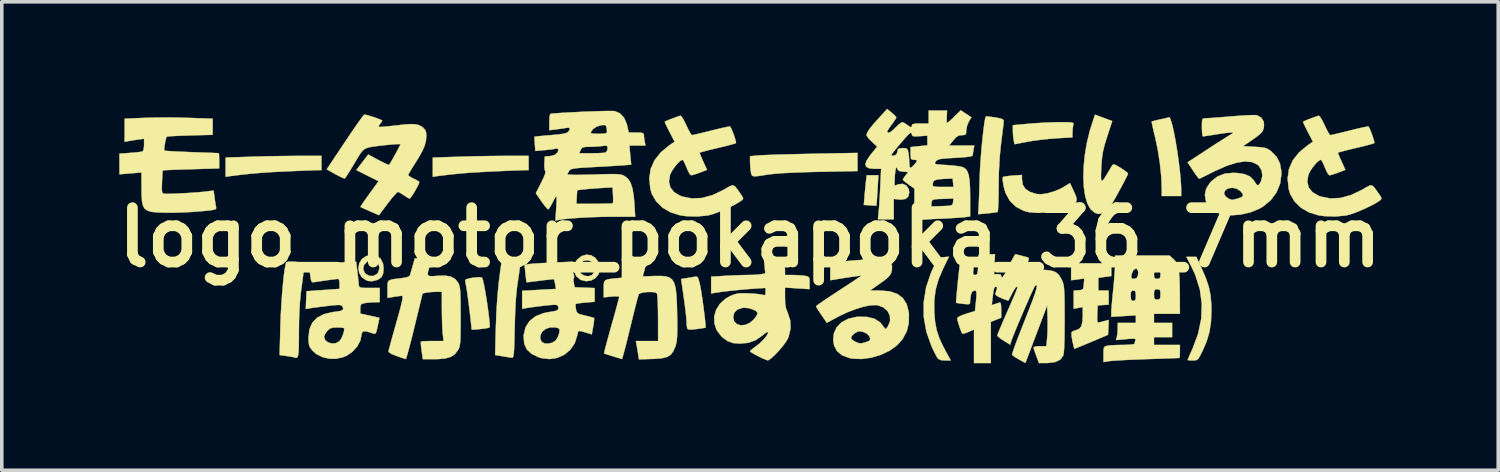
<source format=kicad_pcb>
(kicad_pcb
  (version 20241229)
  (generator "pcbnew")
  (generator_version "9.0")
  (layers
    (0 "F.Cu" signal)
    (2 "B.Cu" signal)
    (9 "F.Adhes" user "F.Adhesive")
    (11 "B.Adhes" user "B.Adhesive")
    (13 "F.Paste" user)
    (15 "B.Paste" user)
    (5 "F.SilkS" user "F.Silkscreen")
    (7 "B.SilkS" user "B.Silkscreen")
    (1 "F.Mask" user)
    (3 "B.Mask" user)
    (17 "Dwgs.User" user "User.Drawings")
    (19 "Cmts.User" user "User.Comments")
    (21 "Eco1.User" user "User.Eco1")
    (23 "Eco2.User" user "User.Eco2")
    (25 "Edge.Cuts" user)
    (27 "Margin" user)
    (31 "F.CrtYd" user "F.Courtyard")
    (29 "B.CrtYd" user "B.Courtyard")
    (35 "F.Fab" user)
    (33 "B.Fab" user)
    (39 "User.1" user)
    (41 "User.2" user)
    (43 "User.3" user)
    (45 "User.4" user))
  (footprint "logo_motor_pokapoka_36_7mm"
    (layer "F.Cu")
    (at 17.969 3.604)
    (property "Reference" "logo_motor_pokapoka_36_7mm" (at 0 0 0) (layer "F.SilkS") (effects (font (size 1.524 1.524) (thickness 0.3))))
    (attr through_hole)
    (fp_poly (pts (xy 3.572 -1.315) (xy 3.562 -1.149) (xy 3.553 -1.013) (xy 3.546 -0.922) (xy 3.542 -0.889) (xy 3.507 -0.891) (xy 3.422 -0.896) (xy 3.364 -0.9) (xy 3.189 -0.911) (xy 3.211 -1.172) (xy 3.225 -1.33) (xy 3.24 -1.483) (xy 3.251 -1.587) (xy 3.27 -1.742) (xy 3.598 -1.742) (xy 3.572 -1.315)) (stroke (width 0.01) (type solid)) (fill yes) (layer "F.SilkS"))
    (fp_poly (pts (xy -12.011 -1.887) (xy -12.129 -1.886) (xy -12.2 -1.884) (xy -12.331 -1.879) (xy -12.509 -1.872) (xy -12.719 -1.863) (xy -12.95 -1.853) (xy -12.994 -1.851) (xy -13.365 -1.833) (xy -13.685 -1.812) (xy -13.976 -1.787) (xy -14.26 -1.757) (xy -14.542 -1.722) (xy -14.696 -1.701) (xy -14.696 -2.238) (xy -13.982 -2.262) (xy -13.703 -2.27) (xy -13.392 -2.277) (xy -13.079 -2.282) (xy -12.792 -2.285) (xy -12.64 -2.286) (xy -12.011 -2.286) (xy -12.011 -1.887)) (stroke (width 0.01) (type solid)) (fill yes) (layer "F.SilkS"))
    (fp_poly (pts (xy -6.205 -1.887) (xy -6.323 -1.886) (xy -6.394 -1.884) (xy -6.525 -1.879) (xy -6.703 -1.872) (xy -6.914 -1.863) (xy -7.146 -1.852) (xy -7.203 -1.85) (xy -7.564 -1.831) (xy -7.872 -1.812) (xy -8.148 -1.789) (xy -8.412 -1.762) (xy -8.683 -1.729) (xy -8.736 -1.722) (xy -8.89 -1.701) (xy -8.89 -2.238) (xy -8.155 -2.262) (xy -7.876 -2.27) (xy -7.57 -2.277) (xy -7.264 -2.282) (xy -6.984 -2.285) (xy -6.813 -2.286) (xy -6.205 -2.286) (xy -6.205 -1.887)) (stroke (width 0.01) (type solid)) (fill yes) (layer "F.SilkS"))
    (fp_poly (pts (xy 11.792 -3.285) (xy 11.834 -3.149) (xy 11.878 -2.956) (xy 11.923 -2.721) (xy 11.966 -2.459) (xy 12.006 -2.186) (xy 12.04 -1.916) (xy 12.065 -1.666) (xy 12.08 -1.45) (xy 12.083 -1.336) (xy 12.083 -1.161) (xy 11.539 -1.161) (xy 11.539 -1.37) (xy 11.525 -1.707) (xy 11.486 -2.081) (xy 11.426 -2.463) (xy 11.357 -2.791) (xy 11.316 -2.96) (xy 11.284 -3.102) (xy 11.263 -3.202) (xy 11.257 -3.247) (xy 11.257 -3.249) (xy 11.294 -3.26) (xy 11.384 -3.283) (xy 11.507 -3.311) (xy 11.514 -3.313) (xy 11.761 -3.368) (xy 11.792 -3.285)) (stroke (width 0.01) (type solid)) (fill yes) (layer "F.SilkS"))
    (fp_poly (pts (xy 3.012 -1.86) (xy 1.932 -1.839) (xy 1.544 -1.829) (xy 1.201 -1.816) (xy 0.91 -1.801) (xy 0.678 -1.783) (xy 0.511 -1.763) (xy 0.508 -1.763) (xy 0.319 -1.733) (xy 0.191 -1.716) (xy 0.109 -1.713) (xy 0.063 -1.727) (xy 0.04 -1.76) (xy 0.028 -1.812) (xy 0.023 -1.841) (xy 0.008 -1.974) (xy 0.001 -2.114) (xy 0.000399 -2.127) (xy 0 -2.277) (xy 0.245 -2.299) (xy 0.34 -2.304) (xy 0.497 -2.311) (xy 0.705 -2.319) (xy 0.955 -2.326) (xy 1.235 -2.333) (xy 1.534 -2.34) (xy 1.751 -2.345) (xy 3.012 -2.369) (xy 3.012 -1.86)) (stroke (width 0.01) (type solid)) (fill yes) (layer "F.SilkS"))
    (fp_poly (pts (xy 5.418 0.86) (xy 5.283 1.174) (xy 5.199 1.477) (xy 5.162 1.794) (xy 5.164 2.105) (xy 5.187 2.369) (xy 5.231 2.598) (xy 5.304 2.82) (xy 5.415 3.058) (xy 5.48 3.181) (xy 5.626 3.447) (xy 5.463 3.447) (xy 5.348 3.438) (xy 5.279 3.406) (xy 5.246 3.365) (xy 5.204 3.291) (xy 5.146 3.176) (xy 5.086 3.048) (xy 4.942 2.643) (xy 4.869 2.228) (xy 4.868 1.81) (xy 4.936 1.392) (xy 5.076 0.98) (xy 5.147 0.828) (xy 5.214 0.697) (xy 5.263 0.618) (xy 5.309 0.576) (xy 5.364 0.558) (xy 5.427 0.552) (xy 5.575 0.541) (xy 5.418 0.86)) (stroke (width 0.01) (type solid)) (fill yes) (layer "F.SilkS"))
    (fp_poly (pts (xy 12.655 0.862) (xy 12.773 1.135) (xy 12.854 1.375) (xy 12.903 1.605) (xy 12.927 1.851) (xy 12.931 2.05) (xy 12.918 2.371) (xy 12.875 2.65) (xy 12.797 2.914) (xy 12.68 3.184) (xy 12.614 3.314) (xy 12.567 3.392) (xy 12.524 3.432) (xy 12.472 3.445) (xy 12.408 3.447) (xy 12.318 3.444) (xy 12.268 3.436) (xy 12.265 3.434) (xy 12.279 3.397) (xy 12.316 3.31) (xy 12.37 3.189) (xy 12.395 3.134) (xy 12.556 2.706) (xy 12.645 2.282) (xy 12.661 1.865) (xy 12.606 1.454) (xy 12.478 1.051) (xy 12.374 0.826) (xy 12.228 0.544) (xy 12.508 0.544) (xy 12.655 0.862)) (stroke (width 0.01) (type solid)) (fill yes) (layer "F.SilkS"))
    (fp_poly (pts (xy 8.858 -3.229) (xy 8.971 -3.226) (xy 9.034 -3.217) (xy 9.062 -3.2) (xy 9.064 -3.173) (xy 9.058 -3.148) (xy 9.043 -3.054) (xy 9.036 -2.94) (xy 9.036 -2.935) (xy 9.035 -2.804) (xy 8.591 -2.779) (xy 8.371 -2.761) (xy 8.132 -2.735) (xy 7.909 -2.705) (xy 7.783 -2.683) (xy 7.632 -2.654) (xy 7.51 -2.63) (xy 7.434 -2.616) (xy 7.416 -2.613) (xy 7.407 -2.644) (xy 7.39 -2.719) (xy 7.389 -2.726) (xy 7.374 -2.839) (xy 7.366 -2.971) (xy 7.366 -2.993) (xy 7.366 -3.146) (xy 7.829 -3.188) (xy 8.055 -3.205) (xy 8.303 -3.219) (xy 8.538 -3.228) (xy 8.686 -3.23) (xy 8.858 -3.229)) (stroke (width 0.01) (type solid)) (fill yes) (layer "F.SilkS"))
    (fp_poly (pts (xy -6.718 0.68) (xy -6.592 0.693) (xy -6.496 0.707) (xy -6.452 0.721) (xy -6.448 0.764) (xy -6.455 0.863) (xy -6.472 1.005) (xy -6.498 1.176) (xy -6.501 1.197) (xy -6.532 1.418) (xy -6.557 1.663) (xy -6.575 1.946) (xy -6.588 2.279) (xy -6.594 2.513) (xy -6.6 2.786) (xy -6.606 2.996) (xy -6.613 3.149) (xy -6.621 3.255) (xy -6.632 3.321) (xy -6.645 3.357) (xy -6.662 3.369) (xy -6.672 3.37) (xy -6.739 3.361) (xy -6.849 3.344) (xy -6.937 3.33) (xy -7.143 3.295) (xy -7.126 2.618) (xy -7.109 2.138) (xy -7.083 1.712) (xy -7.048 1.321) (xy -7.001 0.946) (xy -7 0.939) (xy -6.96 0.662) (xy -6.718 0.68)) (stroke (width 0.01) (type solid)) (fill yes) (layer "F.SilkS"))
    (fp_poly (pts (xy 7.62 -1.636) (xy 7.643 -1.478) (xy 7.717 -1.359) (xy 7.849 -1.274) (xy 8.031 -1.217) (xy 8.17 -1.211) (xy 8.346 -1.239) (xy 8.535 -1.294) (xy 8.713 -1.371) (xy 8.767 -1.401) (xy 8.967 -1.522) (xy 9.078 -1.286) (xy 9.138 -1.147) (xy 9.158 -1.054) (xy 9.13 -0.987) (xy 9.047 -0.93) (xy 8.916 -0.87) (xy 8.635 -0.77) (xy 8.346 -0.709) (xy 8.068 -0.687) (xy 7.818 -0.707) (xy 7.677 -0.744) (xy 7.454 -0.858) (xy 7.282 -1.025) (xy 7.162 -1.241) (xy 7.105 -1.442) (xy 7.087 -1.563) (xy 7.08 -1.654) (xy 7.086 -1.692) (xy 7.132 -1.706) (xy 7.229 -1.72) (xy 7.357 -1.733) (xy 7.365 -1.733) (xy 7.62 -1.751) (xy 7.62 -1.636)) (stroke (width 0.01) (type solid)) (fill yes) (layer "F.SilkS"))
    (fp_poly (pts (xy -10.458 0.516) (xy -10.349 0.601) (xy -10.284 0.737) (xy -10.269 0.86) (xy -10.282 1.013) (xy -10.327 1.113) (xy -10.414 1.177) (xy -10.455 1.194) (xy -10.588 1.227) (xy -10.698 1.22) (xy -10.759 1.199) (xy -10.879 1.116) (xy -10.951 0.997) (xy -10.97 0.887) (xy -10.841 0.887) (xy -10.797 0.994) (xy -10.777 1.016) (xy -10.674 1.076) (xy -10.56 1.08) (xy -10.46 1.029) (xy -10.419 0.977) (xy -10.383 0.853) (xy -10.413 0.743) (xy -10.504 0.662) (xy -10.525 0.652) (xy -10.611 0.626) (xy -10.679 0.642) (xy -10.734 0.679) (xy -10.819 0.777) (xy -10.841 0.887) (xy -10.97 0.887) (xy -10.975 0.86) (xy -10.95 0.723) (xy -10.877 0.605) (xy -10.762 0.525) (xy -10.599 0.489) (xy -10.458 0.516)) (stroke (width 0.01) (type solid)) (fill yes) (layer "F.SilkS"))
    (fp_poly (pts (xy -4.454 0.5) (xy -4.338 0.569) (xy -4.253 0.684) (xy -4.211 0.839) (xy -4.209 0.885) (xy -4.241 1.025) (xy -4.326 1.134) (xy -4.447 1.205) (xy -4.589 1.227) (xy -4.734 1.193) (xy -4.762 1.179) (xy -4.874 1.079) (xy -4.931 0.946) (xy -4.931 0.841) (xy -4.787 0.841) (xy -4.772 0.953) (xy -4.732 1.019) (xy -4.644 1.072) (xy -4.534 1.088) (xy -4.441 1.061) (xy -4.394 1.009) (xy -4.36 0.955) (xy -4.336 0.846) (xy -4.369 0.747) (xy -4.445 0.674) (xy -4.548 0.639) (xy -4.664 0.657) (xy -4.675 0.662) (xy -4.753 0.735) (xy -4.787 0.841) (xy -4.931 0.841) (xy -4.931 0.8) (xy -4.87 0.657) (xy -4.844 0.624) (xy -4.721 0.522) (xy -4.586 0.483) (xy -4.454 0.5)) (stroke (width 0.01) (type solid)) (fill yes) (layer "F.SilkS"))
    (fp_poly (pts (xy -1.47 1.113) (xy -1.444 1.166) (xy -1.417 1.268) (xy -1.4 1.341) (xy -1.38 1.441) (xy -1.357 1.583) (xy -1.332 1.752) (xy -1.307 1.935) (xy -1.284 2.115) (xy -1.264 2.279) (xy -1.251 2.412) (xy -1.244 2.5) (xy -1.246 2.528) (xy -1.282 2.536) (xy -1.372 2.55) (xy -1.494 2.567) (xy -1.496 2.567) (xy -1.63 2.582) (xy -1.709 2.582) (xy -1.749 2.565) (xy -1.758 2.549) (xy -1.772 2.48) (xy -1.779 2.378) (xy -1.779 2.365) (xy -1.785 2.262) (xy -1.802 2.097) (xy -1.829 1.88) (xy -1.865 1.621) (xy -1.907 1.33) (xy -1.909 1.318) (xy -1.932 1.166) (xy -1.792 1.143) (xy -1.671 1.123) (xy -1.564 1.104) (xy -1.555 1.102) (xy -1.504 1.097) (xy -1.47 1.113)) (stroke (width 0.01) (type solid)) (fill yes) (layer "F.SilkS"))
    (fp_poly (pts (xy -7.509 1.128) (xy -7.508 1.13) (xy -7.487 1.191) (xy -7.46 1.305) (xy -7.43 1.461) (xy -7.399 1.642) (xy -7.368 1.837) (xy -7.341 2.031) (xy -7.318 2.21) (xy -7.302 2.361) (xy -7.295 2.469) (xy -7.299 2.521) (xy -7.301 2.523) (xy -7.342 2.536) (xy -7.43 2.551) (xy -7.541 2.565) (xy -7.655 2.577) (xy -7.748 2.583) (xy -7.798 2.582) (xy -7.802 2.579) (xy -7.807 2.511) (xy -7.82 2.388) (xy -7.838 2.226) (xy -7.86 2.043) (xy -7.884 1.856) (xy -7.907 1.681) (xy -7.927 1.535) (xy -7.943 1.435) (xy -7.945 1.419) (xy -7.966 1.306) (xy -7.98 1.223) (xy -7.983 1.196) (xy -7.95 1.171) (xy -7.869 1.148) (xy -7.76 1.128) (xy -7.649 1.116) (xy -7.558 1.115) (xy -7.509 1.128)) (stroke (width 0.01) (type solid)) (fill yes) (layer "F.SilkS"))
    (fp_poly (pts (xy -12.819 0.679) (xy -12.763 0.682) (xy -12.639 0.694) (xy -12.545 0.712) (xy -12.505 0.727) (xy -12.499 0.772) (xy -12.504 0.876) (xy -12.519 1.027) (xy -12.542 1.213) (xy -12.556 1.312) (xy -12.59 1.566) (xy -12.614 1.809) (xy -12.63 2.062) (xy -12.639 2.348) (xy -12.642 2.622) (xy -12.643 2.879) (xy -12.646 3.072) (xy -12.652 3.21) (xy -12.663 3.3) (xy -12.681 3.351) (xy -12.706 3.372) (xy -12.742 3.371) (xy -12.789 3.357) (xy -12.791 3.356) (xy -12.846 3.345) (xy -12.945 3.328) (xy -13.005 3.32) (xy -13.183 3.296) (xy -13.161 2.473) (xy -13.15 2.18) (xy -13.134 1.881) (xy -13.114 1.591) (xy -13.091 1.32) (xy -13.066 1.082) (xy -13.04 0.888) (xy -13.014 0.751) (xy -13.007 0.723) (xy -12.983 0.692) (xy -12.926 0.678) (xy -12.819 0.679)) (stroke (width 0.01) (type solid)) (fill yes) (layer "F.SilkS"))
    (fp_poly (pts (xy 6.74 -3.381) (xy 6.864 -3.364) (xy 6.867 -3.364) (xy 7.006 -3.338) (xy 7.083 -3.31) (xy 7.111 -3.277) (xy 7.111 -3.269) (xy 7.107 -3.214) (xy 7.094 -3.101) (xy 7.075 -2.945) (xy 7.051 -2.76) (xy 7.039 -2.667) (xy 6.997 -2.258) (xy 6.973 -1.817) (xy 6.968 -1.426) (xy 6.966 -1.209) (xy 6.962 -1.018) (xy 6.956 -0.864) (xy 6.949 -0.76) (xy 6.94 -0.715) (xy 6.94 -0.714) (xy 6.892 -0.703) (xy 6.793 -0.689) (xy 6.664 -0.675) (xy 6.653 -0.674) (xy 6.394 -0.65) (xy 6.408 -0.878) (xy 6.413 -0.992) (xy 6.42 -1.161) (xy 6.427 -1.367) (xy 6.435 -1.591) (xy 6.439 -1.742) (xy 6.447 -1.932) (xy 6.461 -2.148) (xy 6.479 -2.378) (xy 6.499 -2.61) (xy 6.522 -2.832) (xy 6.545 -3.033) (xy 6.567 -3.199) (xy 6.588 -3.32) (xy 6.605 -3.384) (xy 6.609 -3.39) (xy 6.649 -3.39) (xy 6.74 -3.381)) (stroke (width 0.01) (type solid)) (fill yes) (layer "F.SilkS"))
    (fp_poly (pts (xy 9.911 -3.35) (xy 10.151 -3.261) (xy 10.009 -2.825) (xy 9.942 -2.611) (xy 9.897 -2.434) (xy 9.869 -2.267) (xy 9.851 -2.08) (xy 9.844 -1.969) (xy 9.836 -1.775) (xy 9.837 -1.649) (xy 9.85 -1.589) (xy 9.88 -1.591) (xy 9.929 -1.651) (xy 10 -1.767) (xy 10.012 -1.788) (xy 10.077 -1.898) (xy 10.13 -1.987) (xy 10.155 -2.027) (xy 10.185 -2.046) (xy 10.24 -2.033) (xy 10.334 -1.982) (xy 10.391 -1.946) (xy 10.495 -1.876) (xy 10.568 -1.821) (xy 10.595 -1.791) (xy 10.579 -1.75) (xy 10.534 -1.659) (xy 10.469 -1.532) (xy 10.39 -1.384) (xy 10.305 -1.229) (xy 10.222 -1.08) (xy 10.149 -0.953) (xy 10.051 -0.817) (xy 9.949 -0.724) (xy 9.92 -0.708) (xy 9.825 -0.667) (xy 9.76 -0.658) (xy 9.691 -0.68) (xy 9.652 -0.699) (xy 9.543 -0.792) (xy 9.457 -0.945) (xy 9.395 -1.149) (xy 9.357 -1.397) (xy 9.342 -1.68) (xy 9.351 -1.99) (xy 9.384 -2.317) (xy 9.441 -2.654) (xy 9.523 -2.992) (xy 9.623 -3.307) (xy 9.67 -3.439) (xy 9.911 -3.35)) (stroke (width 0.01) (type solid)) (fill yes) (layer "F.SilkS"))
    (fp_poly (pts (xy 10.124 1.082) (xy 9.942 1.107) (xy 9.761 1.132) (xy 9.761 1.488) (xy 10.051 1.488) (xy 10.051 1.883) (xy 9.897 1.894) (xy 9.743 1.905) (xy 9.732 2.153) (xy 9.728 2.283) (xy 9.733 2.356) (xy 9.75 2.384) (xy 9.782 2.383) (xy 9.786 2.381) (xy 9.871 2.358) (xy 9.953 2.338) (xy 10.055 2.313) (xy 10.044 2.521) (xy 10.033 2.729) (xy 9.568 2.925) (xy 9.399 2.995) (xy 9.256 3.055) (xy 9.151 3.098) (xy 9.097 3.119) (xy 9.092 3.121) (xy 9.079 3.088) (xy 9.058 3.004) (xy 9.036 2.906) (xy 9.015 2.786) (xy 9.008 2.694) (xy 9.013 2.655) (xy 9.062 2.622) (xy 9.147 2.594) (xy 9.231 2.557) (xy 9.286 2.484) (xy 9.316 2.363) (xy 9.325 2.184) (xy 9.325 2.171) (xy 9.325 1.951) (xy 9.198 1.975) (xy 9.071 1.999) (xy 9.071 1.492) (xy 9.207 1.481) (xy 9.292 1.47) (xy 9.334 1.44) (xy 9.35 1.371) (xy 9.355 1.31) (xy 9.366 1.151) (xy 9.183 1.176) (xy 8.999 1.2) (xy 8.999 0.726) (xy 10.124 0.726) (xy 10.124 1.082)) (stroke (width 0.01) (type solid)) (fill yes) (layer "F.SilkS"))
    (fp_poly (pts (xy -3.136 0.612) (xy -3.019 0.621) (xy -2.934 0.632) (xy -2.905 0.64) (xy -2.905 0.681) (xy -2.921 0.77) (xy -2.947 0.874) (xy -3.005 1.092) (xy -2.688 1.081) (xy -2.509 1.079) (xy -2.367 1.09) (xy -2.259 1.123) (xy -2.178 1.184) (xy -2.122 1.282) (xy -2.084 1.423) (xy -2.062 1.615) (xy -2.049 1.866) (xy -2.043 2.139) (xy -2.039 2.4) (xy -2.039 2.6) (xy -2.042 2.751) (xy -2.05 2.864) (xy -2.063 2.951) (xy -2.082 3.025) (xy -2.095 3.063) (xy -2.152 3.194) (xy -2.222 3.287) (xy -2.318 3.347) (xy -2.454 3.383) (xy -2.643 3.401) (xy -2.738 3.405) (xy -3.113 3.417) (xy -3.137 3.26) (xy -3.157 3.135) (xy -3.176 3.023) (xy -3.18 3.003) (xy -3.199 2.903) (xy -2.576 2.903) (xy -2.577 2.259) (xy -2.579 2.047) (xy -2.584 1.859) (xy -2.591 1.707) (xy -2.6 1.604) (xy -2.609 1.565) (xy -2.661 1.54) (xy -2.759 1.529) (xy -2.879 1.53) (xy -2.995 1.544) (xy -3.084 1.567) (xy -3.117 1.591) (xy -3.132 1.637) (xy -3.162 1.743) (xy -3.203 1.9) (xy -3.253 2.098) (xy -3.309 2.326) (xy -3.357 2.522) (xy -3.416 2.764) (xy -3.47 2.981) (xy -3.517 3.163) (xy -3.555 3.3) (xy -3.58 3.384) (xy -3.59 3.407) (xy -3.633 3.395) (xy -3.724 3.367) (xy -3.846 3.33) (xy -3.846 3.33) (xy -3.966 3.292) (xy -4.054 3.263) (xy -4.091 3.249) (xy -4.091 3.249) (xy -4.084 3.213) (xy -4.061 3.118) (xy -4.022 2.973) (xy -3.972 2.789) (xy -3.913 2.575) (xy -3.883 2.467) (xy -3.819 2.241) (xy -3.763 2.038) (xy -3.717 1.869) (xy -3.684 1.745) (xy -3.667 1.674) (xy -3.665 1.664) (xy -3.698 1.651) (xy -3.783 1.65) (xy -3.883 1.657) (xy -4.1 1.679) (xy -4.1 1.441) (xy -4.099 1.323) (xy -4.088 1.246) (xy -4.054 1.2) (xy -3.983 1.173) (xy -3.862 1.156) (xy -3.733 1.144) (xy -3.493 1.12) (xy -3.422 0.859) (xy -3.351 0.599) (xy -3.136 0.612)) (stroke (width 0.01) (type solid)) (fill yes) (layer "F.SilkS"))
    (fp_poly (pts (xy -16.179 -3.36) (xy -15.894 -3.355) (xy -15.744 -3.351) (xy -15.059 -3.327) (xy -15.059 -2.876) (xy -15.694 -2.859) (xy -15.901 -2.852) (xy -16.082 -2.845) (xy -16.225 -2.837) (xy -16.317 -2.829) (xy -16.347 -2.824) (xy -16.365 -2.779) (xy -16.386 -2.691) (xy -16.404 -2.588) (xy -16.417 -2.495) (xy -16.418 -2.439) (xy -16.415 -2.433) (xy -16.376 -2.427) (xy -16.275 -2.42) (xy -16.123 -2.411) (xy -15.932 -2.402) (xy -15.712 -2.393) (xy -15.647 -2.39) (xy -15.422 -2.382) (xy -15.223 -2.375) (xy -15.06 -2.369) (xy -14.946 -2.364) (xy -14.89 -2.361) (xy -14.886 -2.361) (xy -14.881 -2.327) (xy -14.878 -2.24) (xy -14.877 -2.147) (xy -14.877 -1.935) (xy -15.662 -1.912) (xy -15.893 -1.905) (xy -16.097 -1.898) (xy -16.266 -1.891) (xy -16.387 -1.885) (xy -16.45 -1.88) (xy -16.457 -1.879) (xy -16.462 -1.841) (xy -16.469 -1.747) (xy -16.476 -1.615) (xy -16.479 -1.554) (xy -16.484 -1.402) (xy -16.482 -1.307) (xy -16.47 -1.256) (xy -16.445 -1.232) (xy -16.418 -1.225) (xy -16.352 -1.221) (xy -16.229 -1.223) (xy -16.066 -1.229) (xy -15.878 -1.238) (xy -15.682 -1.25) (xy -15.494 -1.263) (xy -15.329 -1.278) (xy -15.231 -1.289) (xy -15.033 -1.313) (xy -15.007 -1.119) (xy -14.989 -0.994) (xy -14.971 -0.888) (xy -14.963 -0.849) (xy -14.959 -0.818) (xy -14.973 -0.795) (xy -15.015 -0.778) (xy -15.097 -0.763) (xy -15.23 -0.748) (xy -15.41 -0.731) (xy -15.655 -0.713) (xy -15.91 -0.7) (xy -16.16 -0.694) (xy -16.391 -0.694) (xy -16.589 -0.701) (xy -16.74 -0.713) (xy -16.818 -0.728) (xy -16.908 -0.763) (xy -16.972 -0.815) (xy -17.014 -0.895) (xy -17.039 -1.014) (xy -17.051 -1.184) (xy -17.053 -1.373) (xy -17.054 -1.821) (xy -17.363 -1.795) (xy -17.671 -1.769) (xy -17.671 -2.348) (xy -17.362 -2.37) (xy -17.217 -2.382) (xy -17.099 -2.396) (xy -17.028 -2.409) (xy -17.017 -2.413) (xy -16.996 -2.46) (xy -16.983 -2.552) (xy -16.982 -2.601) (xy -16.982 -2.766) (xy -17.154 -2.742) (xy -17.282 -2.724) (xy -17.396 -2.705) (xy -17.426 -2.699) (xy -17.526 -2.679) (xy -17.526 -3.327) (xy -16.977 -3.351) (xy -16.748 -3.357) (xy -16.473 -3.36) (xy -16.179 -3.36)) (stroke (width 0.01) (type solid)) (fill yes) (layer "F.SilkS"))
    (fp_poly (pts (xy -9.205 0.604) (xy -9.065 0.619) (xy -8.985 0.637) (xy -8.953 0.67) (xy -8.957 0.729) (xy -8.984 0.82) (xy -9.023 0.957) (xy -9.032 1.039) (xy -9.002 1.078) (xy -8.921 1.087) (xy -8.779 1.078) (xy -8.761 1.076) (xy -8.543 1.071) (xy -8.381 1.099) (xy -8.263 1.165) (xy -8.178 1.273) (xy -8.176 1.276) (xy -8.154 1.323) (xy -8.138 1.381) (xy -8.126 1.459) (xy -8.118 1.568) (xy -8.113 1.718) (xy -8.111 1.92) (xy -8.11 2.183) (xy -8.11 2.213) (xy -8.11 2.48) (xy -8.112 2.684) (xy -8.116 2.837) (xy -8.123 2.947) (xy -8.134 3.027) (xy -8.149 3.085) (xy -8.17 3.133) (xy -8.184 3.157) (xy -8.268 3.268) (xy -8.378 3.344) (xy -8.527 3.389) (xy -8.726 3.409) (xy -8.839 3.411) (xy -9.168 3.411) (xy -9.204 3.174) (xy -9.219 3.051) (xy -9.226 2.96) (xy -9.222 2.92) (xy -9.18 2.912) (xy -9.084 2.906) (xy -8.951 2.903) (xy -8.897 2.903) (xy -8.589 2.903) (xy -8.613 2.68) (xy -8.622 2.554) (xy -8.629 2.379) (xy -8.634 2.18) (xy -8.636 1.99) (xy -8.636 1.524) (xy -8.795 1.524) (xy -8.924 1.529) (xy -9.044 1.543) (xy -9.065 1.546) (xy -9.176 1.569) (xy -9.4 2.49) (xy -9.46 2.736) (xy -9.517 2.958) (xy -9.566 3.145) (xy -9.606 3.288) (xy -9.634 3.379) (xy -9.647 3.408) (xy -9.69 3.395) (xy -9.783 3.365) (xy -9.904 3.323) (xy -9.906 3.323) (xy -10.046 3.266) (xy -10.121 3.217) (xy -10.133 3.189) (xy -10.12 3.141) (xy -10.091 3.033) (xy -10.049 2.878) (xy -9.995 2.686) (xy -9.934 2.468) (xy -9.911 2.386) (xy -9.84 2.133) (xy -9.789 1.942) (xy -9.756 1.805) (xy -9.738 1.714) (xy -9.736 1.661) (xy -9.746 1.638) (xy -9.757 1.635) (xy -9.826 1.642) (xy -9.935 1.657) (xy -9.988 1.666) (xy -10.16 1.694) (xy -10.16 1.449) (xy -10.16 1.335) (xy -10.152 1.26) (xy -10.123 1.212) (xy -10.061 1.183) (xy -9.954 1.164) (xy -9.79 1.145) (xy -9.753 1.14) (xy -9.618 1.117) (xy -9.546 1.084) (xy -9.528 1.057) (xy -9.509 0.991) (xy -9.478 0.882) (xy -9.452 0.791) (xy -9.394 0.584) (xy -9.205 0.604)) (stroke (width 0.01) (type solid)) (fill yes) (layer "F.SilkS"))
    (fp_poly (pts (xy -1.913 -3.38) (xy -1.862 -3.298) (xy -1.802 -3.18) (xy -1.783 -3.139) (xy -1.722 -3.013) (xy -1.67 -2.918) (xy -1.633 -2.87) (xy -1.627 -2.867) (xy -1.581 -2.875) (xy -1.479 -2.898) (xy -1.333 -2.933) (xy -1.157 -2.976) (xy -1.082 -2.995) (xy -0.901 -3.04) (xy -0.745 -3.076) (xy -0.63 -3.1) (xy -0.566 -3.111) (xy -0.558 -3.11) (xy -0.529 -3.061) (xy -0.49 -2.97) (xy -0.449 -2.862) (xy -0.415 -2.756) (xy -0.394 -2.676) (xy -0.393 -2.644) (xy -0.435 -2.628) (xy -0.535 -2.599) (xy -0.679 -2.562) (xy -0.853 -2.52) (xy -0.916 -2.505) (xy -1.095 -2.462) (xy -1.245 -2.424) (xy -1.355 -2.394) (xy -1.411 -2.376) (xy -1.415 -2.373) (xy -1.401 -2.334) (xy -1.365 -2.248) (xy -1.313 -2.132) (xy -1.31 -2.125) (xy -1.205 -1.894) (xy -1.404 -1.818) (xy -1.52 -1.776) (xy -1.612 -1.749) (xy -1.65 -1.742) (xy -1.686 -1.773) (xy -1.733 -1.855) (xy -1.778 -1.959) (xy -1.825 -2.072) (xy -1.866 -2.15) (xy -1.891 -2.177) (xy -1.95 -2.148) (xy -2.029 -2.075) (xy -2.113 -1.974) (xy -2.188 -1.864) (xy -2.238 -1.764) (xy -2.244 -1.747) (xy -2.271 -1.559) (xy -2.231 -1.398) (xy -2.126 -1.268) (xy -1.955 -1.168) (xy -1.896 -1.146) (xy -1.626 -1.092) (xy -1.339 -1.107) (xy -1.036 -1.192) (xy -0.721 -1.344) (xy -0.714 -1.349) (xy -0.596 -1.419) (xy -0.517 -1.457) (xy -0.461 -1.458) (xy -0.408 -1.417) (xy -0.341 -1.329) (xy -0.267 -1.224) (xy -0.21 -1.139) (xy -0.192 -1.091) (xy -0.211 -1.057) (xy -0.239 -1.034) (xy -0.356 -0.959) (xy -0.518 -0.873) (xy -0.703 -0.786) (xy -0.891 -0.708) (xy -1.058 -0.648) (xy -1.181 -0.616) (xy -1.488 -0.587) (xy -1.795 -0.597) (xy -1.959 -0.62) (xy -2.225 -0.702) (xy -2.45 -0.833) (xy -2.628 -1.007) (xy -2.75 -1.216) (xy -2.794 -1.362) (xy -2.823 -1.653) (xy -2.784 -1.921) (xy -2.675 -2.165) (xy -2.498 -2.387) (xy -2.269 -2.576) (xy -2.113 -2.683) (xy -2.257 -2.959) (xy -2.321 -3.084) (xy -2.367 -3.182) (xy -2.389 -3.237) (xy -2.389 -3.244) (xy -2.34 -3.268) (xy -2.248 -3.306) (xy -2.138 -3.348) (xy -2.035 -3.385) (xy -1.963 -3.408) (xy -1.946 -3.411) (xy -1.913 -3.38)) (stroke (width 0.01) (type solid)) (fill yes) (layer "F.SilkS"))
    (fp_poly (pts (xy 15.976 -3.38) (xy 16.027 -3.298) (xy 16.087 -3.18) (xy 16.106 -3.139) (xy 16.166 -3.013) (xy 16.219 -2.918) (xy 16.256 -2.87) (xy 16.262 -2.867) (xy 16.308 -2.875) (xy 16.41 -2.898) (xy 16.556 -2.933) (xy 16.732 -2.976) (xy 16.807 -2.995) (xy 16.988 -3.04) (xy 17.143 -3.076) (xy 17.259 -3.1) (xy 17.323 -3.111) (xy 17.331 -3.11) (xy 17.36 -3.061) (xy 17.399 -2.97) (xy 17.439 -2.862) (xy 17.474 -2.756) (xy 17.495 -2.676) (xy 17.496 -2.644) (xy 17.454 -2.628) (xy 17.354 -2.599) (xy 17.21 -2.562) (xy 17.036 -2.52) (xy 16.973 -2.505) (xy 16.794 -2.462) (xy 16.643 -2.424) (xy 16.534 -2.394) (xy 16.478 -2.376) (xy 16.474 -2.373) (xy 16.488 -2.334) (xy 16.524 -2.248) (xy 16.576 -2.132) (xy 16.579 -2.125) (xy 16.684 -1.894) (xy 16.485 -1.818) (xy 16.369 -1.776) (xy 16.277 -1.749) (xy 16.239 -1.742) (xy 16.203 -1.773) (xy 16.156 -1.855) (xy 16.111 -1.959) (xy 16.064 -2.072) (xy 16.023 -2.15) (xy 15.998 -2.177) (xy 15.939 -2.148) (xy 15.86 -2.075) (xy 15.776 -1.974) (xy 15.701 -1.864) (xy 15.651 -1.764) (xy 15.645 -1.747) (xy 15.618 -1.559) (xy 15.657 -1.398) (xy 15.763 -1.268) (xy 15.934 -1.168) (xy 15.993 -1.146) (xy 16.263 -1.092) (xy 16.55 -1.107) (xy 16.853 -1.192) (xy 17.168 -1.344) (xy 17.175 -1.349) (xy 17.293 -1.419) (xy 17.372 -1.457) (xy 17.428 -1.458) (xy 17.481 -1.417) (xy 17.548 -1.329) (xy 17.622 -1.224) (xy 17.679 -1.139) (xy 17.697 -1.091) (xy 17.678 -1.057) (xy 17.65 -1.034) (xy 17.533 -0.959) (xy 17.371 -0.873) (xy 17.185 -0.786) (xy 16.998 -0.708) (xy 16.831 -0.648) (xy 16.708 -0.616) (xy 16.4 -0.587) (xy 16.094 -0.597) (xy 15.929 -0.62) (xy 15.664 -0.702) (xy 15.439 -0.833) (xy 15.261 -1.007) (xy 15.139 -1.216) (xy 15.095 -1.362) (xy 15.066 -1.653) (xy 15.105 -1.921) (xy 15.213 -2.165) (xy 15.39 -2.387) (xy 15.62 -2.576) (xy 15.776 -2.683) (xy 15.631 -2.959) (xy 15.568 -3.084) (xy 15.522 -3.182) (xy 15.5 -3.237) (xy 15.5 -3.244) (xy 15.549 -3.268) (xy 15.641 -3.306) (xy 15.751 -3.348) (xy 15.854 -3.385) (xy 15.926 -3.408) (xy 15.943 -3.411) (xy 15.976 -3.38)) (stroke (width 0.01) (type solid)) (fill yes) (layer "F.SilkS"))
    (fp_poly (pts (xy -10.765 -3.436) (xy -10.673 -3.411) (xy -10.558 -3.375) (xy -10.444 -3.336) (xy -10.353 -3.301) (xy -10.308 -3.278) (xy -10.319 -3.246) (xy -10.36 -3.193) (xy -10.402 -3.134) (xy -10.406 -3.101) (xy -10.365 -3.097) (xy -10.266 -3.103) (xy -10.123 -3.116) (xy -9.951 -3.135) (xy -9.921 -3.138) (xy -9.691 -3.164) (xy -9.519 -3.176) (xy -9.392 -3.173) (xy -9.296 -3.153) (xy -9.217 -3.117) (xy -9.164 -3.079) (xy -9.101 -3.011) (xy -9.075 -2.922) (xy -9.071 -2.85) (xy -9.082 -2.711) (xy -9.119 -2.57) (xy -9.188 -2.413) (xy -9.294 -2.224) (xy -9.375 -2.095) (xy -9.46 -1.961) (xy -9.528 -1.848) (xy -9.57 -1.772) (xy -9.579 -1.748) (xy -9.549 -1.715) (xy -9.474 -1.67) (xy -9.433 -1.65) (xy -9.34 -1.604) (xy -9.279 -1.567) (xy -9.269 -1.557) (xy -9.278 -1.516) (xy -9.316 -1.434) (xy -9.372 -1.331) (xy -9.434 -1.226) (xy -9.491 -1.14) (xy -9.531 -1.093) (xy -9.539 -1.089) (xy -9.581 -1.107) (xy -9.658 -1.154) (xy -9.694 -1.178) (xy -9.783 -1.235) (xy -9.849 -1.272) (xy -9.863 -1.278) (xy -9.898 -1.255) (xy -9.966 -1.184) (xy -10.056 -1.077) (xy -10.15 -0.956) (xy -10.4 -0.623) (xy -10.652 -0.734) (xy -10.774 -0.787) (xy -10.867 -0.83) (xy -10.913 -0.852) (xy -10.916 -0.854) (xy -10.9 -0.885) (xy -10.849 -0.963) (xy -10.771 -1.077) (xy -10.673 -1.213) (xy -10.669 -1.22) (xy -10.41 -1.576) (xy -10.722 -1.732) (xy -11.033 -1.889) (xy -10.866 -2.107) (xy -10.699 -2.324) (xy -10.413 -2.17) (xy -10.286 -2.104) (xy -10.184 -2.056) (xy -10.124 -2.033) (xy -10.114 -2.033) (xy -10.083 -2.081) (xy -10.03 -2.171) (xy -9.967 -2.284) (xy -9.902 -2.403) (xy -9.845 -2.509) (xy -9.807 -2.584) (xy -9.797 -2.61) (xy -9.831 -2.616) (xy -9.922 -2.614) (xy -10.057 -2.604) (xy -10.205 -2.589) (xy -10.426 -2.564) (xy -10.588 -2.543) (xy -10.706 -2.518) (xy -10.792 -2.483) (xy -10.86 -2.428) (xy -10.923 -2.347) (xy -10.995 -2.231) (xy -11.082 -2.084) (xy -11.176 -1.929) (xy -11.258 -1.798) (xy -11.319 -1.703) (xy -11.353 -1.655) (xy -11.356 -1.652) (xy -11.396 -1.662) (xy -11.482 -1.7) (xy -11.596 -1.76) (xy -11.621 -1.773) (xy -11.863 -1.908) (xy -11.356 -2.669) (xy -11.216 -2.877) (xy -11.088 -3.065) (xy -10.978 -3.223) (xy -10.89 -3.344) (xy -10.833 -3.42) (xy -10.811 -3.442) (xy -10.765 -3.436)) (stroke (width 0.01) (type solid)) (fill yes) (layer "F.SilkS"))
    (fp_poly (pts (xy 3.772 0.609) (xy 3.838 0.624) (xy 3.884 0.648) (xy 3.919 0.681) (xy 3.925 0.689) (xy 3.979 0.791) (xy 3.978 0.9) (xy 3.96 0.982) (xy 3.928 1.049) (xy 3.87 1.116) (xy 3.776 1.195) (xy 3.633 1.298) (xy 3.614 1.312) (xy 3.363 1.488) (xy 3.648 1.488) (xy 3.914 1.511) (xy 4.125 1.581) (xy 4.283 1.7) (xy 4.39 1.869) (xy 4.447 2.088) (xy 4.453 2.149) (xy 4.45 2.403) (xy 4.394 2.627) (xy 4.278 2.846) (xy 4.272 2.854) (xy 4.116 3.028) (xy 3.907 3.176) (xy 3.66 3.292) (xy 3.392 3.371) (xy 3.12 3.407) (xy 2.858 3.394) (xy 2.776 3.377) (xy 2.577 3.301) (xy 2.437 3.184) (xy 2.355 3.024) (xy 2.332 2.894) (xy 2.338 2.82) (xy 2.83 2.82) (xy 2.861 2.866) (xy 2.935 2.915) (xy 2.948 2.921) (xy 3.032 2.957) (xy 3.087 2.97) (xy 3.147 2.962) (xy 3.239 2.937) (xy 3.336 2.901) (xy 3.37 2.854) (xy 3.351 2.782) (xy 3.339 2.759) (xy 3.272 2.695) (xy 3.168 2.647) (xy 3.062 2.631) (xy 3.02 2.638) (xy 2.926 2.689) (xy 2.855 2.759) (xy 2.83 2.82) (xy 2.338 2.82) (xy 2.349 2.691) (xy 2.429 2.516) (xy 2.566 2.377) (xy 2.754 2.279) (xy 2.987 2.226) (xy 3.019 2.224) (xy 3.278 2.226) (xy 3.487 2.278) (xy 3.649 2.382) (xy 3.759 2.523) (xy 3.789 2.564) (xy 3.817 2.556) (xy 3.864 2.492) (xy 3.866 2.489) (xy 3.925 2.342) (xy 3.92 2.197) (xy 3.857 2.066) (xy 3.745 1.964) (xy 3.59 1.904) (xy 3.543 1.896) (xy 3.387 1.901) (xy 3.186 1.94) (xy 2.956 2.01) (xy 2.713 2.104) (xy 2.473 2.219) (xy 2.446 2.233) (xy 2.153 2.392) (xy 2.002 2.173) (xy 1.928 2.063) (xy 1.875 1.977) (xy 1.851 1.932) (xy 1.851 1.93) (xy 1.88 1.903) (xy 1.962 1.844) (xy 2.086 1.758) (xy 2.245 1.652) (xy 2.429 1.531) (xy 2.486 1.493) (xy 2.675 1.37) (xy 2.842 1.261) (xy 2.977 1.171) (xy 3.072 1.107) (xy 3.118 1.075) (xy 3.121 1.072) (xy 3.087 1.073) (xy 2.998 1.084) (xy 2.866 1.102) (xy 2.709 1.125) (xy 2.541 1.152) (xy 2.377 1.179) (xy 2.368 1.18) (xy 2.25 1.201) (xy 2.25 0.699) (xy 2.839 0.651) (xy 3.136 0.628) (xy 3.368 0.612) (xy 3.546 0.603) (xy 3.678 0.602) (xy 3.772 0.609)) (stroke (width 0.01) (type solid)) (fill yes) (layer "F.SilkS"))
    (fp_poly (pts (xy -4.99 0.771) (xy -4.991 0.865) (xy -4.964 0.977) (xy -4.958 0.991) (xy -4.931 1.075) (xy -4.93 1.127) (xy -4.935 1.132) (xy -4.949 1.171) (xy -4.943 1.252) (xy -4.94 1.27) (xy -4.914 1.397) (xy -4.354 1.418) (xy -4.354 1.804) (xy -4.613 1.825) (xy -4.742 1.838) (xy -4.839 1.851) (xy -4.886 1.863) (xy -4.887 1.863) (xy -4.892 1.906) (xy -4.882 1.99) (xy -4.879 2.008) (xy -4.862 2.078) (xy -4.832 2.121) (xy -4.772 2.151) (xy -4.663 2.18) (xy -4.62 2.19) (xy -4.498 2.22) (xy -4.408 2.244) (xy -4.37 2.258) (xy -4.368 2.299) (xy -4.378 2.39) (xy -4.395 2.494) (xy -4.434 2.716) (xy -4.603 2.665) (xy -4.721 2.63) (xy -4.787 2.621) (xy -4.819 2.643) (xy -4.835 2.705) (xy -4.843 2.749) (xy -4.913 2.968) (xy -5.039 3.15) (xy -5.207 3.288) (xy -5.408 3.377) (xy -5.629 3.409) (xy -5.86 3.379) (xy -5.923 3.359) (xy -6.121 3.264) (xy -6.255 3.139) (xy -6.328 2.977) (xy -6.339 2.839) (xy -5.88 2.839) (xy -5.834 2.93) (xy -5.76 2.97) (xy -5.652 2.976) (xy -5.539 2.948) (xy -5.45 2.892) (xy -5.448 2.89) (xy -5.386 2.793) (xy -5.347 2.678) (xy -5.346 2.675) (xy -5.337 2.588) (xy -5.36 2.546) (xy -5.434 2.525) (xy -5.453 2.521) (xy -5.597 2.519) (xy -5.722 2.562) (xy -5.819 2.637) (xy -5.875 2.734) (xy -5.88 2.839) (xy -6.339 2.839) (xy -6.345 2.774) (xy -6.342 2.733) (xy -6.292 2.52) (xy -6.181 2.345) (xy -6.014 2.212) (xy -5.792 2.123) (xy -5.645 2.093) (xy -5.506 2.071) (xy -5.423 2.051) (xy -5.383 2.025) (xy -5.371 1.988) (xy -5.37 1.97) (xy -5.384 1.91) (xy -5.44 1.888) (xy -5.477 1.887) (xy -5.566 1.892) (xy -5.706 1.905) (xy -5.877 1.925) (xy -6.056 1.948) (xy -6.223 1.972) (xy -6.268 1.98) (xy -6.386 1.999) (xy -6.386 1.496) (xy -5.911 1.469) (xy -5.436 1.443) (xy -5.461 1.311) (xy -5.479 1.223) (xy -5.492 1.174) (xy -5.494 1.171) (xy -5.531 1.171) (xy -5.625 1.181) (xy -5.76 1.196) (xy -5.881 1.212) (xy -6.037 1.231) (xy -6.162 1.247) (xy -6.242 1.255) (xy -6.264 1.256) (xy -6.27 1.221) (xy -6.28 1.133) (xy -6.294 1.01) (xy -6.319 0.769) (xy -6.216 0.749) (xy -6.145 0.741) (xy -6.017 0.731) (xy -5.847 0.72) (xy -5.65 0.71) (xy -5.541 0.705) (xy -4.968 0.68) (xy -4.99 0.771)) (stroke (width 0.01) (type solid)) (fill yes) (layer "F.SilkS"))
    (fp_poly (pts (xy -11.017 0.858) (xy -10.989 1.087) (xy -10.971 1.256) (xy -10.965 1.333) (xy -10.957 1.374) (xy -10.931 1.398) (xy -10.873 1.411) (xy -10.767 1.415) (xy -10.668 1.415) (xy -10.378 1.415) (xy -10.378 1.814) (xy -10.514 1.815) (xy -10.649 1.822) (xy -10.785 1.837) (xy -10.786 1.838) (xy -10.875 1.858) (xy -10.913 1.895) (xy -10.922 1.975) (xy -10.922 1.997) (xy -10.922 2.134) (xy -10.386 2.253) (xy -10.418 2.405) (xy -10.45 2.556) (xy -10.473 2.648) (xy -10.497 2.692) (xy -10.532 2.7) (xy -10.587 2.684) (xy -10.639 2.664) (xy -10.771 2.629) (xy -10.85 2.638) (xy -10.884 2.693) (xy -10.886 2.721) (xy -10.919 2.888) (xy -11.008 3.054) (xy -11.14 3.201) (xy -11.3 3.313) (xy -11.408 3.357) (xy -11.603 3.4) (xy -11.778 3.4) (xy -11.973 3.356) (xy -11.98 3.354) (xy -12.154 3.268) (xy -12.261 3.174) (xy -12.323 3.095) (xy -12.357 3.021) (xy -12.371 2.924) (xy -12.373 2.809) (xy -12.371 2.784) (xy -11.938 2.784) (xy -11.907 2.877) (xy -11.828 2.941) (xy -11.721 2.972) (xy -11.608 2.964) (xy -11.51 2.91) (xy -11.505 2.905) (xy -11.456 2.835) (xy -11.412 2.738) (xy -11.381 2.64) (xy -11.372 2.564) (xy -11.38 2.542) (xy -11.425 2.53) (xy -11.517 2.523) (xy -11.581 2.522) (xy -11.701 2.529) (xy -11.779 2.557) (xy -11.845 2.618) (xy -11.85 2.624) (xy -11.909 2.707) (xy -11.937 2.777) (xy -11.938 2.784) (xy -12.371 2.784) (xy -12.348 2.578) (xy -12.269 2.393) (xy -12.135 2.251) (xy -11.944 2.151) (xy -11.693 2.091) (xy -11.611 2.081) (xy -11.479 2.061) (xy -11.412 2.031) (xy -11.4 1.985) (xy -11.427 1.926) (xy -11.452 1.904) (xy -11.5 1.893) (xy -11.585 1.894) (xy -11.719 1.906) (xy -11.835 1.919) (xy -12.006 1.94) (xy -12.163 1.96) (xy -12.284 1.976) (xy -12.33 1.984) (xy -12.45 2.004) (xy -12.439 1.755) (xy -12.428 1.506) (xy -11.503 1.441) (xy -11.503 1.301) (xy -11.511 1.212) (xy -11.533 1.164) (xy -11.541 1.161) (xy -11.593 1.166) (xy -11.697 1.179) (xy -11.833 1.197) (xy -11.979 1.218) (xy -12.116 1.238) (xy -12.199 1.251) (xy -12.259 1.256) (xy -12.291 1.231) (xy -12.31 1.162) (xy -12.319 1.096) (xy -12.336 0.976) (xy -12.352 0.874) (xy -12.357 0.847) (xy -12.359 0.812) (xy -12.344 0.785) (xy -12.302 0.764) (xy -12.227 0.748) (xy -12.108 0.735) (xy -11.938 0.723) (xy -11.708 0.711) (xy -11.57 0.705) (xy -11.039 0.681) (xy -11.017 0.858)) (stroke (width 0.01) (type solid)) (fill yes) (layer "F.SilkS"))
    (fp_poly (pts (xy 0.785 0.582) (xy 0.866 0.591) (xy 0.911 0.613) (xy 0.936 0.654) (xy 0.944 0.674) (xy 0.968 0.773) (xy 0.98 0.894) (xy 0.98 0.91) (xy 0.98 1.052) (xy 1.188 1.053) (xy 1.333 1.057) (xy 1.472 1.068) (xy 1.533 1.076) (xy 1.615 1.092) (xy 1.655 1.122) (xy 1.668 1.185) (xy 1.669 1.274) (xy 1.669 1.449) (xy 1.324 1.427) (xy 0.98 1.404) (xy 0.98 1.683) (xy 0.986 1.86) (xy 1.009 1.991) (xy 1.053 2.105) (xy 1.058 2.115) (xy 1.127 2.326) (xy 1.135 2.556) (xy 1.082 2.782) (xy 1.054 2.846) (xy 0.995 2.942) (xy 0.908 3.058) (xy 0.804 3.179) (xy 0.697 3.291) (xy 0.6 3.381) (xy 0.525 3.436) (xy 0.496 3.445) (xy 0.444 3.428) (xy 0.348 3.387) (xy 0.23 3.33) (xy 0.227 3.328) (xy 0.115 3.269) (xy 0.033 3.22) (xy 0.000117 3.191) (xy 0 3.19) (xy 0.027 3.158) (xy 0.097 3.101) (xy 0.147 3.065) (xy 0.271 2.968) (xy 0.381 2.86) (xy 0.464 2.759) (xy 0.506 2.679) (xy 0.508 2.663) (xy 0.486 2.648) (xy 0.42 2.687) (xy 0.347 2.748) (xy 0.158 2.88) (xy -0.049 2.954) (xy -0.283 2.975) (xy -0.473 2.96) (xy -0.625 2.907) (xy -0.767 2.804) (xy -0.808 2.766) (xy -0.935 2.597) (xy -0.999 2.41) (xy -1.003 2.235) (xy -0.472 2.235) (xy -0.444 2.352) (xy -0.369 2.428) (xy -0.261 2.462) (xy -0.135 2.451) (xy -0.005 2.394) (xy 0.102 2.304) (xy 0.17 2.216) (xy 0.208 2.141) (xy 0.211 2.115) (xy 0.168 2.063) (xy 0.076 2.016) (xy -0.041 1.982) (xy -0.161 1.97) (xy -0.213 1.974) (xy -0.357 2.022) (xy -0.444 2.113) (xy -0.472 2.235) (xy -1.003 2.235) (xy -1.003 2.216) (xy -0.949 2.027) (xy -0.839 1.854) (xy -0.678 1.711) (xy -0.558 1.644) (xy -0.453 1.6) (xy -0.36 1.575) (xy -0.254 1.564) (xy -0.112 1.565) (xy -0.026 1.568) (xy 0.13 1.578) (xy 0.262 1.591) (xy 0.351 1.606) (xy 0.372 1.612) (xy 0.416 1.62) (xy 0.433 1.58) (xy 0.435 1.528) (xy 0.435 1.415) (xy 0.118 1.435) (xy -0.109 1.452) (xy -0.354 1.475) (xy -0.593 1.5) (xy -0.805 1.526) (xy -0.953 1.547) (xy -1.089 1.57) (xy -1.089 1.1) (xy -0.702 1.076) (xy -0.506 1.066) (xy -0.302 1.058) (xy -0.123 1.053) (xy -0.053 1.052) (xy 0.095 1.049) (xy 0.229 1.041) (xy 0.318 1.03) (xy 0.428 1.008) (xy 0.389 0.581) (xy 0.649 0.581) (xy 0.785 0.582)) (stroke (width 0.01) (type solid)) (fill yes) (layer "F.SilkS"))
    (fp_poly (pts (xy 14.205 -3.425) (xy 14.329 -3.356) (xy 14.395 -3.247) (xy 14.405 -3.167) (xy 14.398 -3.069) (xy 14.37 -2.989) (xy 14.309 -2.913) (xy 14.205 -2.826) (xy 14.076 -2.735) (xy 13.816 -2.558) (xy 14.144 -2.54) (xy 14.306 -2.528) (xy 14.416 -2.513) (xy 14.495 -2.487) (xy 14.564 -2.445) (xy 14.609 -2.411) (xy 14.76 -2.255) (xy 14.851 -2.074) (xy 14.89 -1.854) (xy 14.892 -1.777) (xy 14.857 -1.511) (xy 14.756 -1.264) (xy 14.596 -1.047) (xy 14.381 -0.868) (xy 14.263 -0.8) (xy 14.024 -0.703) (xy 13.765 -0.643) (xy 13.508 -0.621) (xy 13.275 -0.64) (xy 13.156 -0.671) (xy 12.973 -0.757) (xy 12.85 -0.866) (xy 12.78 -1.001) (xy 12.747 -1.19) (xy 12.753 -1.22) (xy 13.288 -1.22) (xy 13.327 -1.152) (xy 13.406 -1.089) (xy 13.494 -1.055) (xy 13.512 -1.053) (xy 13.565 -1.062) (xy 13.656 -1.086) (xy 13.685 -1.094) (xy 13.787 -1.136) (xy 13.819 -1.187) (xy 13.783 -1.256) (xy 13.733 -1.307) (xy 13.633 -1.369) (xy 13.52 -1.391) (xy 13.412 -1.378) (xy 13.329 -1.333) (xy 13.288 -1.259) (xy 13.288 -1.22) (xy 12.753 -1.22) (xy 12.783 -1.365) (xy 12.889 -1.531) (xy 12.932 -1.576) (xy 13.102 -1.709) (xy 13.298 -1.786) (xy 13.531 -1.811) (xy 13.662 -1.805) (xy 13.863 -1.773) (xy 14.01 -1.709) (xy 14.115 -1.605) (xy 14.146 -1.557) (xy 14.2 -1.477) (xy 14.243 -1.461) (xy 14.288 -1.512) (xy 14.322 -1.578) (xy 14.359 -1.729) (xy 14.337 -1.879) (xy 14.26 -2.005) (xy 14.221 -2.04) (xy 14.068 -2.112) (xy 13.874 -2.131) (xy 13.637 -2.095) (xy 13.357 -2.006) (xy 13.031 -1.862) (xy 12.99 -1.842) (xy 12.84 -1.766) (xy 12.714 -1.703) (xy 12.626 -1.66) (xy 12.591 -1.643) (xy 12.564 -1.667) (xy 12.509 -1.738) (xy 12.437 -1.842) (xy 12.418 -1.87) (xy 12.263 -2.106) (xy 12.852 -2.49) (xy 13.037 -2.611) (xy 13.204 -2.717) (xy 13.341 -2.804) (xy 13.438 -2.865) (xy 13.486 -2.892) (xy 13.488 -2.893) (xy 13.531 -2.925) (xy 13.535 -2.937) (xy 13.501 -2.942) (xy 13.41 -2.936) (xy 13.277 -2.92) (xy 13.126 -2.898) (xy 12.962 -2.871) (xy 12.824 -2.85) (xy 12.728 -2.836) (xy 12.691 -2.831) (xy 12.678 -2.864) (xy 12.668 -2.951) (xy 12.664 -3.074) (xy 12.664 -3.084) (xy 12.665 -3.217) (xy 12.672 -3.293) (xy 12.692 -3.328) (xy 12.731 -3.338) (xy 12.763 -3.339) (xy 12.832 -3.342) (xy 12.958 -3.35) (xy 13.129 -3.363) (xy 13.329 -3.379) (xy 13.497 -3.393) (xy 13.708 -3.41) (xy 13.899 -3.421) (xy 14.054 -3.428) (xy 14.162 -3.429) (xy 14.205 -3.425)) (stroke (width 0.01) (type solid)) (fill yes) (layer "F.SilkS"))
    (fp_poly (pts (xy 11.87 0.61) (xy 11.926 0.671) (xy 11.97 0.745) (xy 12.001 0.843) (xy 12.022 0.975) (xy 12.036 1.152) (xy 12.043 1.383) (xy 12.045 1.606) (xy 12.047 2.141) (xy 11.321 2.141) (xy 11.321 2.395) (xy 11.829 2.395) (xy 11.829 2.794) (xy 11.321 2.794) (xy 11.321 3.012) (xy 12.047 3.012) (xy 12.047 3.193) (xy 12.045 3.297) (xy 12.041 3.364) (xy 12.038 3.377) (xy 12.001 3.379) (xy 11.901 3.383) (xy 11.748 3.389) (xy 11.552 3.396) (xy 11.323 3.404) (xy 11.122 3.41) (xy 10.863 3.42) (xy 10.62 3.43) (xy 10.406 3.441) (xy 10.231 3.452) (xy 10.109 3.461) (xy 10.06 3.467) (xy 9.906 3.493) (xy 9.906 3.275) (xy 9.908 3.154) (xy 9.919 3.087) (xy 9.948 3.054) (xy 10.005 3.037) (xy 10.019 3.034) (xy 10.108 3.024) (xy 10.244 3.016) (xy 10.403 3.012) (xy 10.455 3.012) (xy 10.598 3.008) (xy 10.708 2.999) (xy 10.769 2.986) (xy 10.777 2.978) (xy 10.789 2.918) (xy 10.8 2.884) (xy 10.805 2.854) (xy 10.783 2.839) (xy 10.721 2.836) (xy 10.604 2.844) (xy 10.541 2.85) (xy 10.258 2.876) (xy 10.281 2.79) (xy 10.296 2.697) (xy 10.304 2.577) (xy 10.305 2.549) (xy 10.305 2.395) (xy 10.813 2.395) (xy 10.813 2.183) (xy 10.468 2.204) (xy 10.124 2.224) (xy 10.124 2.101) (xy 10.128 2.02) (xy 10.139 1.884) (xy 10.154 1.711) (xy 10.162 1.633) (xy 10.668 1.633) (xy 10.674 1.728) (xy 10.699 1.77) (xy 10.741 1.778) (xy 10.788 1.766) (xy 10.809 1.717) (xy 10.813 1.633) (xy 10.811 1.597) (xy 11.321 1.597) (xy 11.326 1.69) (xy 11.349 1.732) (xy 11.404 1.742) (xy 11.412 1.742) (xy 11.47 1.734) (xy 11.496 1.696) (xy 11.503 1.609) (xy 11.503 1.597) (xy 11.498 1.503) (xy 11.474 1.461) (xy 11.42 1.451) (xy 11.412 1.451) (xy 11.353 1.459) (xy 11.327 1.497) (xy 11.321 1.584) (xy 11.321 1.597) (xy 10.811 1.597) (xy 10.807 1.538) (xy 10.782 1.496) (xy 10.741 1.488) (xy 10.693 1.5) (xy 10.672 1.549) (xy 10.668 1.633) (xy 10.162 1.633) (xy 10.173 1.517) (xy 10.178 1.47) (xy 10.198 1.262) (xy 10.209 1.124) (xy 10.683 1.124) (xy 10.704 1.156) (xy 10.759 1.161) (xy 10.836 1.138) (xy 10.871 1.071) (xy 10.874 1.038) (xy 11.321 1.038) (xy 11.328 1.122) (xy 11.361 1.156) (xy 11.412 1.161) (xy 11.47 1.153) (xy 11.496 1.116) (xy 11.503 1.029) (xy 11.503 1.016) (xy 11.495 0.925) (xy 11.477 0.875) (xy 11.469 0.871) (xy 11.374 0.896) (xy 11.327 0.974) (xy 11.321 1.038) (xy 10.874 1.038) (xy 10.88 0.975) (xy 10.861 0.9) (xy 10.823 0.871) (xy 10.75 0.907) (xy 10.701 1.009) (xy 10.693 1.043) (xy 10.683 1.124) (xy 10.209 1.124) (xy 10.214 1.058) (xy 10.226 0.879) (xy 10.231 0.748) (xy 10.231 0.735) (xy 10.233 0.508) (xy 11.755 0.508) (xy 11.87 0.61)) (stroke (width 0.01) (type solid)) (fill yes) (layer "F.SilkS"))
    (fp_poly (pts (xy -3.812 -3.542) (xy -3.791 -3.54) (xy -3.643 -3.477) (xy -3.528 -3.353) (xy -3.452 -3.172) (xy -3.443 -3.136) (xy -3.399 -2.939) (xy -3.187 -2.939) (xy -3.067 -2.936) (xy -3.003 -2.923) (xy -2.978 -2.896) (xy -2.975 -2.871) (xy -2.968 -2.787) (xy -2.953 -2.69) (xy -2.93 -2.576) (xy -3.381 -2.576) (xy -3.356 -2.308) (xy -3.33 -2.039) (xy -3.597 -2.019) (xy -3.731 -2.01) (xy -3.915 -1.999) (xy -4.131 -1.986) (xy -4.355 -1.974) (xy -4.44 -1.969) (xy -4.66 -1.957) (xy -4.818 -1.945) (xy -4.927 -1.932) (xy -4.997 -1.916) (xy -5.04 -1.896) (xy -5.065 -1.87) (xy -5.105 -1.803) (xy -5.116 -1.769) (xy -5.082 -1.76) (xy -4.985 -1.755) (xy -4.835 -1.753) (xy -4.643 -1.756) (xy -4.418 -1.761) (xy -4.38 -1.763) (xy -4.127 -1.771) (xy -3.934 -1.775) (xy -3.793 -1.775) (xy -3.691 -1.77) (xy -3.618 -1.76) (xy -3.563 -1.744) (xy -3.525 -1.726) (xy -3.423 -1.649) (xy -3.347 -1.532) (xy -3.293 -1.367) (xy -3.257 -1.144) (xy -3.242 -0.965) (xy -3.218 -0.581) (xy -3.85 -0.581) (xy -4.125 -0.578) (xy -4.406 -0.569) (xy -4.679 -0.556) (xy -4.929 -0.54) (xy -5.143 -0.521) (xy -5.305 -0.5) (xy -5.367 -0.488) (xy -5.454 -0.468) (xy -5.431 -0.814) (xy -5.424 -0.943) (xy -4.866 -0.943) (xy -4.362 -0.943) (xy -4.179 -0.944) (xy -4.023 -0.947) (xy -3.908 -0.951) (xy -3.849 -0.957) (xy -3.843 -0.958) (xy -3.837 -1) (xy -3.836 -1.092) (xy -3.84 -1.188) (xy -3.852 -1.403) (xy -4.149 -1.387) (xy -4.321 -1.376) (xy -4.496 -1.362) (xy -4.638 -1.349) (xy -4.645 -1.348) (xy -4.844 -1.324) (xy -4.866 -0.943) (xy -5.424 -0.943) (xy -5.423 -0.963) (xy -5.42 -1.079) (xy -5.422 -1.149) (xy -5.425 -1.161) (xy -5.449 -1.132) (xy -5.494 -1.055) (xy -5.532 -0.982) (xy -5.587 -0.88) (xy -5.632 -0.808) (xy -5.651 -0.786) (xy -5.683 -0.806) (xy -5.743 -0.873) (xy -5.82 -0.974) (xy -5.841 -1.005) (xy -6.003 -1.24) (xy -5.852 -1.535) (xy -5.782 -1.681) (xy -5.741 -1.788) (xy -5.732 -1.846) (xy -5.737 -1.853) (xy -5.755 -1.899) (xy -5.764 -1.993) (xy -5.762 -2.072) (xy -5.751 -2.268) (xy -5.606 -2.279) (xy -5.475 -2.311) (xy -5.419 -2.359) (xy -4.788 -2.359) (xy -4.447 -2.359) (xy -4.291 -2.361) (xy -4.159 -2.367) (xy -4.071 -2.376) (xy -4.049 -2.381) (xy -4.005 -2.43) (xy -3.991 -2.494) (xy -3.998 -2.553) (xy -4.03 -2.573) (xy -4.109 -2.566) (xy -4.128 -2.563) (xy -4.241 -2.551) (xy -4.388 -2.542) (xy -4.485 -2.54) (xy -4.609 -2.537) (xy -4.682 -2.524) (xy -4.723 -2.493) (xy -4.747 -2.449) (xy -4.788 -2.359) (xy -5.419 -2.359) (xy -5.393 -2.38) (xy -5.37 -2.459) (xy -5.397 -2.493) (xy -5.434 -2.49) (xy -5.501 -2.477) (xy -5.615 -2.462) (xy -5.753 -2.447) (xy -5.757 -2.447) (xy -6.016 -2.423) (xy -6.031 -2.617) (xy -6.038 -2.727) (xy -6.042 -2.802) (xy -6.041 -2.821) (xy -6.005 -2.827) (xy -5.911 -2.838) (xy -5.772 -2.851) (xy -5.602 -2.865) (xy -5.585 -2.867) (xy -5.384 -2.885) (xy -5.244 -2.904) (xy -5.154 -2.924) (xy -5.143 -2.93) (xy -4.462 -2.93) (xy -4.431 -2.915) (xy -4.35 -2.906) (xy -4.245 -2.903) (xy -4.138 -2.907) (xy -4.053 -2.916) (xy -4.015 -2.93) (xy -4.009 -2.983) (xy -4.018 -3.061) (xy -4.036 -3.126) (xy -4.07 -3.151) (xy -4.145 -3.147) (xy -4.187 -3.141) (xy -4.303 -3.103) (xy -4.4 -3.037) (xy -4.456 -2.959) (xy -4.462 -2.93) (xy -5.143 -2.93) (xy -5.103 -2.95) (xy -5.089 -2.964) (xy -5.048 -3.039) (xy -5.066 -3.074) (xy -5.144 -3.071) (xy -5.239 -3.055) (xy -5.368 -3.037) (xy -5.434 -3.028) (xy -5.624 -3.005) (xy -5.624 -3.224) (xy -5.62 -3.343) (xy -5.609 -3.429) (xy -5.597 -3.46) (xy -5.55 -3.469) (xy -5.443 -3.479) (xy -5.288 -3.49) (xy -5.097 -3.501) (xy -4.884 -3.512) (xy -4.66 -3.523) (xy -4.437 -3.531) (xy -4.229 -3.538) (xy -4.047 -3.543) (xy -3.904 -3.544) (xy -3.812 -3.542)) (stroke (width 0.01) (type solid)) (fill yes) (layer "F.SilkS"))
    (fp_poly (pts (xy 6.852 0.751) (xy 6.84 1.034) (xy 6.94 1.027) (xy 7.02 1.038) (xy 7.039 1.073) (xy 7.05 1.121) (xy 7.081 1.108) (xy 7.135 1.03) (xy 7.213 0.887) (xy 7.257 0.798) (xy 7.326 0.661) (xy 7.385 0.552) (xy 7.424 0.486) (xy 7.437 0.472) (xy 7.482 0.481) (xy 7.569 0.502) (xy 7.671 0.529) (xy 7.76 0.553) (xy 7.793 0.564) (xy 7.815 0.591) (xy 7.799 0.654) (xy 7.766 0.724) (xy 7.722 0.815) (xy 7.696 0.876) (xy 7.693 0.888) (xy 7.726 0.895) (xy 7.818 0.902) (xy 7.953 0.906) (xy 8.087 0.907) (xy 8.3 0.912) (xy 8.455 0.932) (xy 8.567 0.973) (xy 8.649 1.042) (xy 8.716 1.146) (xy 8.749 1.213) (xy 8.769 1.265) (xy 8.786 1.326) (xy 8.798 1.405) (xy 8.806 1.512) (xy 8.812 1.656) (xy 8.815 1.847) (xy 8.816 2.094) (xy 8.817 2.293) (xy 8.815 2.628) (xy 8.811 2.893) (xy 8.804 3.093) (xy 8.793 3.231) (xy 8.778 3.31) (xy 8.774 3.321) (xy 8.689 3.428) (xy 8.55 3.493) (xy 8.352 3.519) (xy 8.314 3.52) (xy 8.097 3.52) (xy 8.022 3.319) (xy 7.981 3.205) (xy 7.954 3.118) (xy 7.947 3.083) (xy 7.979 3.063) (xy 8.062 3.05) (xy 8.125 3.048) (xy 8.304 3.048) (xy 8.327 2.821) (xy 8.337 2.678) (xy 8.341 2.494) (xy 8.34 2.305) (xy 8.339 2.25) (xy 8.328 1.905) (xy 8.023 2.712) (xy 7.718 3.518) (xy 7.538 3.42) (xy 7.436 3.36) (xy 7.365 3.309) (xy 7.343 3.285) (xy 7.353 3.243) (xy 7.386 3.142) (xy 7.44 2.993) (xy 7.512 2.802) (xy 7.598 2.581) (xy 7.694 2.337) (xy 7.707 2.304) (xy 7.829 1.995) (xy 7.923 1.749) (xy 7.989 1.563) (xy 8.027 1.434) (xy 8.04 1.359) (xy 8.028 1.334) (xy 7.991 1.357) (xy 7.982 1.366) (xy 7.959 1.408) (xy 7.913 1.505) (xy 7.849 1.645) (xy 7.774 1.817) (xy 7.691 2.007) (xy 7.606 2.206) (xy 7.523 2.4) (xy 7.449 2.578) (xy 7.389 2.727) (xy 7.346 2.836) (xy 7.333 2.873) (xy 7.29 3.006) (xy 7.11 2.895) (xy 7.013 2.829) (xy 6.948 2.775) (xy 6.931 2.749) (xy 6.944 2.706) (xy 6.983 2.609) (xy 7.041 2.469) (xy 7.114 2.298) (xy 7.172 2.165) (xy 7.281 1.917) (xy 7.363 1.728) (xy 7.423 1.589) (xy 7.462 1.493) (xy 7.485 1.432) (xy 7.493 1.398) (xy 7.491 1.383) (xy 7.481 1.379) (xy 7.476 1.379) (xy 7.442 1.409) (xy 7.39 1.486) (xy 7.344 1.569) (xy 7.292 1.673) (xy 7.254 1.746) (xy 7.24 1.769) (xy 7.205 1.762) (xy 7.124 1.732) (xy 7.043 1.7) (xy 6.933 1.648) (xy 6.881 1.606) (xy 6.878 1.564) (xy 6.879 1.564) (xy 6.919 1.446) (xy 6.918 1.387) (xy 6.901 1.379) (xy 6.866 1.388) (xy 6.841 1.423) (xy 6.823 1.5) (xy 6.805 1.633) (xy 6.801 1.665) (xy 6.775 1.895) (xy 6.862 1.868) (xy 6.948 1.84) (xy 6.994 1.824) (xy 7.021 1.835) (xy 7.035 1.901) (xy 7.039 2.028) (xy 7.039 2.25) (xy 6.749 2.366) (xy 6.749 3.52) (xy 6.277 3.52) (xy 6.277 2.58) (xy 6.123 2.649) (xy 6.028 2.685) (xy 5.961 2.697) (xy 5.947 2.692) (xy 5.921 2.641) (xy 5.885 2.547) (xy 5.848 2.435) (xy 5.819 2.332) (xy 5.806 2.266) (xy 5.806 2.262) (xy 5.838 2.229) (xy 5.925 2.186) (xy 6.049 2.142) (xy 6.055 2.14) (xy 6.304 2.064) (xy 6.327 1.843) (xy 6.343 1.68) (xy 6.348 1.577) (xy 6.341 1.519) (xy 6.32 1.493) (xy 6.283 1.488) (xy 6.282 1.488) (xy 6.225 1.522) (xy 6.187 1.616) (xy 6.169 1.762) (xy 6.169 1.799) (xy 6.164 1.847) (xy 6.137 1.87) (xy 6.071 1.871) (xy 5.978 1.862) (xy 5.869 1.848) (xy 5.795 1.836) (xy 5.775 1.83) (xy 5.776 1.794) (xy 5.782 1.7) (xy 5.794 1.563) (xy 5.81 1.399) (xy 5.827 1.223) (xy 5.845 1.048) (xy 5.863 0.89) (xy 5.878 0.763) (xy 5.889 0.683) (xy 5.893 0.663) (xy 5.93 0.662) (xy 6.017 0.669) (xy 6.093 0.678) (xy 6.285 0.7) (xy 6.262 0.876) (xy 6.251 0.982) (xy 6.258 1.034) (xy 6.288 1.051) (xy 6.311 1.052) (xy 6.348 1.045) (xy 6.371 1.015) (xy 6.384 0.945) (xy 6.392 0.823) (xy 6.394 0.771) (xy 6.404 0.49) (xy 6.865 0.468) (xy 6.852 0.751)) (stroke (width 0.01) (type solid)) (fill yes) (layer "F.SilkS"))
    (fp_poly (pts (xy 3.971 -3.496) (xy 4.049 -3.428) (xy 4.095 -3.376) (xy 4.1 -3.363) (xy 4.08 -3.321) (xy 4.027 -3.241) (xy 3.973 -3.168) (xy 3.904 -3.073) (xy 3.858 -3) (xy 3.846 -2.972) (xy 3.866 -2.929) (xy 3.924 -2.946) (xy 4.018 -3.021) (xy 4.066 -3.068) (xy 4.155 -3.153) (xy 4.229 -3.211) (xy 4.266 -3.229) (xy 4.322 -3.209) (xy 4.399 -3.158) (xy 4.4 -3.157) (xy 4.482 -3.099) (xy 4.523 -3.09) (xy 4.536 -3.129) (xy 4.536 -3.139) (xy 4.551 -3.169) (xy 4.608 -3.186) (xy 4.718 -3.193) (xy 4.772 -3.193) (xy 5.007 -3.193) (xy 5.007 -3.556) (xy 5.521 -3.556) (xy 5.515 -3.402) (xy 5.512 -3.298) (xy 5.511 -3.225) (xy 5.512 -3.213) (xy 5.537 -3.219) (xy 5.6 -3.268) (xy 5.689 -3.349) (xy 5.711 -3.37) (xy 5.906 -3.563) (xy 6.055 -3.464) (xy 6.205 -3.365) (xy 6.132 -3.248) (xy 6.082 -3.13) (xy 6.06 -3.005) (xy 6.06 -2.998) (xy 6.055 -2.911) (xy 6.025 -2.874) (xy 5.952 -2.867) (xy 5.936 -2.867) (xy 5.848 -2.855) (xy 5.775 -2.809) (xy 5.697 -2.721) (xy 5.582 -2.576) (xy 6.286 -2.576) (xy 6.264 -2.463) (xy 6.248 -2.368) (xy 6.241 -2.303) (xy 6.219 -2.282) (xy 6.148 -2.264) (xy 6.021 -2.249) (xy 5.831 -2.235) (xy 5.75 -2.231) (xy 5.55 -2.219) (xy 5.41 -2.208) (xy 5.318 -2.194) (xy 5.26 -2.176) (xy 5.224 -2.15) (xy 5.205 -2.127) (xy 5.183 -2.093) (xy 5.183 -2.069) (xy 5.216 -2.054) (xy 5.293 -2.044) (xy 5.425 -2.034) (xy 5.525 -2.028) (xy 5.691 -2.015) (xy 5.838 -1.996) (xy 5.944 -1.975) (xy 5.982 -1.962) (xy 6.049 -1.913) (xy 6.098 -1.839) (xy 6.132 -1.732) (xy 6.154 -1.581) (xy 6.166 -1.377) (xy 6.169 -1.13) (xy 6.169 -0.589) (xy 6.014 -0.568) (xy 5.922 -0.559) (xy 5.775 -0.549) (xy 5.592 -0.538) (xy 5.391 -0.528) (xy 5.334 -0.525) (xy 5.138 -0.516) (xy 4.96 -0.506) (xy 4.817 -0.496) (xy 4.725 -0.487) (xy 4.708 -0.485) (xy 4.608 -0.466) (xy 4.608 -0.868) (xy 5.075 -0.868) (xy 5.377 -0.878) (xy 5.524 -0.884) (xy 5.614 -0.893) (xy 5.662 -0.911) (xy 5.682 -0.942) (xy 5.69 -0.99) (xy 5.702 -1.092) (xy 5.4 -1.081) (xy 5.253 -1.075) (xy 5.163 -1.066) (xy 5.115 -1.049) (xy 5.094 -1.018) (xy 5.087 -0.969) (xy 5.075 -0.868) (xy 4.608 -0.868) (xy 4.608 -1.367) (xy 4.452 -1.479) (xy 5.117 -1.479) (xy 5.125 -1.447) (xy 5.161 -1.428) (xy 5.237 -1.418) (xy 5.368 -1.415) (xy 5.409 -1.415) (xy 5.701 -1.415) (xy 5.69 -1.533) (xy 5.679 -1.651) (xy 5.426 -1.641) (xy 5.273 -1.628) (xy 5.179 -1.603) (xy 5.131 -1.558) (xy 5.117 -1.485) (xy 5.117 -1.479) (xy 4.452 -1.479) (xy 4.445 -1.484) (xy 4.355 -1.551) (xy 4.296 -1.602) (xy 4.282 -1.62) (xy 4.302 -1.659) (xy 4.351 -1.728) (xy 4.358 -1.736) (xy 4.434 -1.832) (xy 4.285 -1.844) (xy 4.177 -1.863) (xy 4.137 -1.902) (xy 4.137 -1.907) (xy 4.118 -1.954) (xy 4.103 -1.959) (xy 4.085 -1.926) (xy 4.069 -1.839) (xy 4.058 -1.716) (xy 4.058 -1.705) (xy 4.053 -1.58) (xy 4.051 -1.49) (xy 4.052 -1.452) (xy 4.053 -1.451) (xy 4.087 -1.463) (xy 4.155 -1.488) (xy 4.278 -1.503) (xy 4.381 -1.456) (xy 4.446 -1.359) (xy 4.463 -1.264) (xy 4.436 -1.146) (xy 4.357 -1.078) (xy 4.225 -1.059) (xy 4.184 -1.062) (xy 4.028 -1.08) (xy 4.028 -0.508) (xy 3.585 -0.508) (xy 3.606 -0.717) (xy 3.616 -0.833) (xy 3.627 -1.001) (xy 3.639 -1.198) (xy 3.649 -1.403) (xy 3.65 -1.424) (xy 3.674 -1.923) (xy 3.495 -1.923) (xy 3.345 -1.936) (xy 3.258 -1.978) (xy 3.233 -2.051) (xy 3.27 -2.159) (xy 3.368 -2.303) (xy 3.369 -2.305) (xy 3.955 -2.305) (xy 3.985 -2.291) (xy 4.037 -2.293) (xy 4.104 -2.327) (xy 4.13 -2.404) (xy 4.146 -2.47) (xy 4.188 -2.498) (xy 4.279 -2.504) (xy 4.371 -2.498) (xy 4.414 -2.467) (xy 4.436 -2.39) (xy 4.44 -2.368) (xy 4.456 -2.235) (xy 4.463 -2.104) (xy 4.463 -2.102) (xy 4.469 -2.009) (xy 4.483 -1.953) (xy 4.485 -1.949) (xy 4.518 -1.961) (xy 4.573 -2.009) (xy 4.632 -2.073) (xy 4.673 -2.132) (xy 4.681 -2.155) (xy 4.65 -2.172) (xy 4.59 -2.177) (xy 4.536 -2.183) (xy 4.509 -2.214) (xy 4.5 -2.288) (xy 4.499 -2.354) (xy 4.499 -2.532) (xy 4.735 -2.557) (xy 4.971 -2.582) (xy 4.971 -2.853) (xy 4.756 -2.838) (xy 4.636 -2.831) (xy 4.571 -2.837) (xy 4.541 -2.861) (xy 4.53 -2.904) (xy 4.519 -2.932) (xy 4.492 -2.929) (xy 4.444 -2.889) (xy 4.365 -2.806) (xy 4.249 -2.672) (xy 4.236 -2.658) (xy 4.127 -2.528) (xy 4.038 -2.418) (xy 3.977 -2.34) (xy 3.955 -2.305) (xy 3.369 -2.305) (xy 3.396 -2.339) (xy 3.563 -2.544) (xy 3.415 -2.682) (xy 3.332 -2.766) (xy 3.278 -2.838) (xy 3.266 -2.87) (xy 3.284 -2.935) (xy 3.339 -3.026) (xy 3.438 -3.152) (xy 3.585 -3.318) (xy 3.618 -3.354) (xy 3.842 -3.599) (xy 3.971 -3.496)) (stroke (width 0.01) (type solid)) (fill yes) (layer "F.SilkS")))
  (gr_rect
    (start -3 -3)
    (end 38.937 10.128)
    (stroke (width 0.1) (type default))
    (fill no)
    (layer "Edge.Cuts")))
</source>
